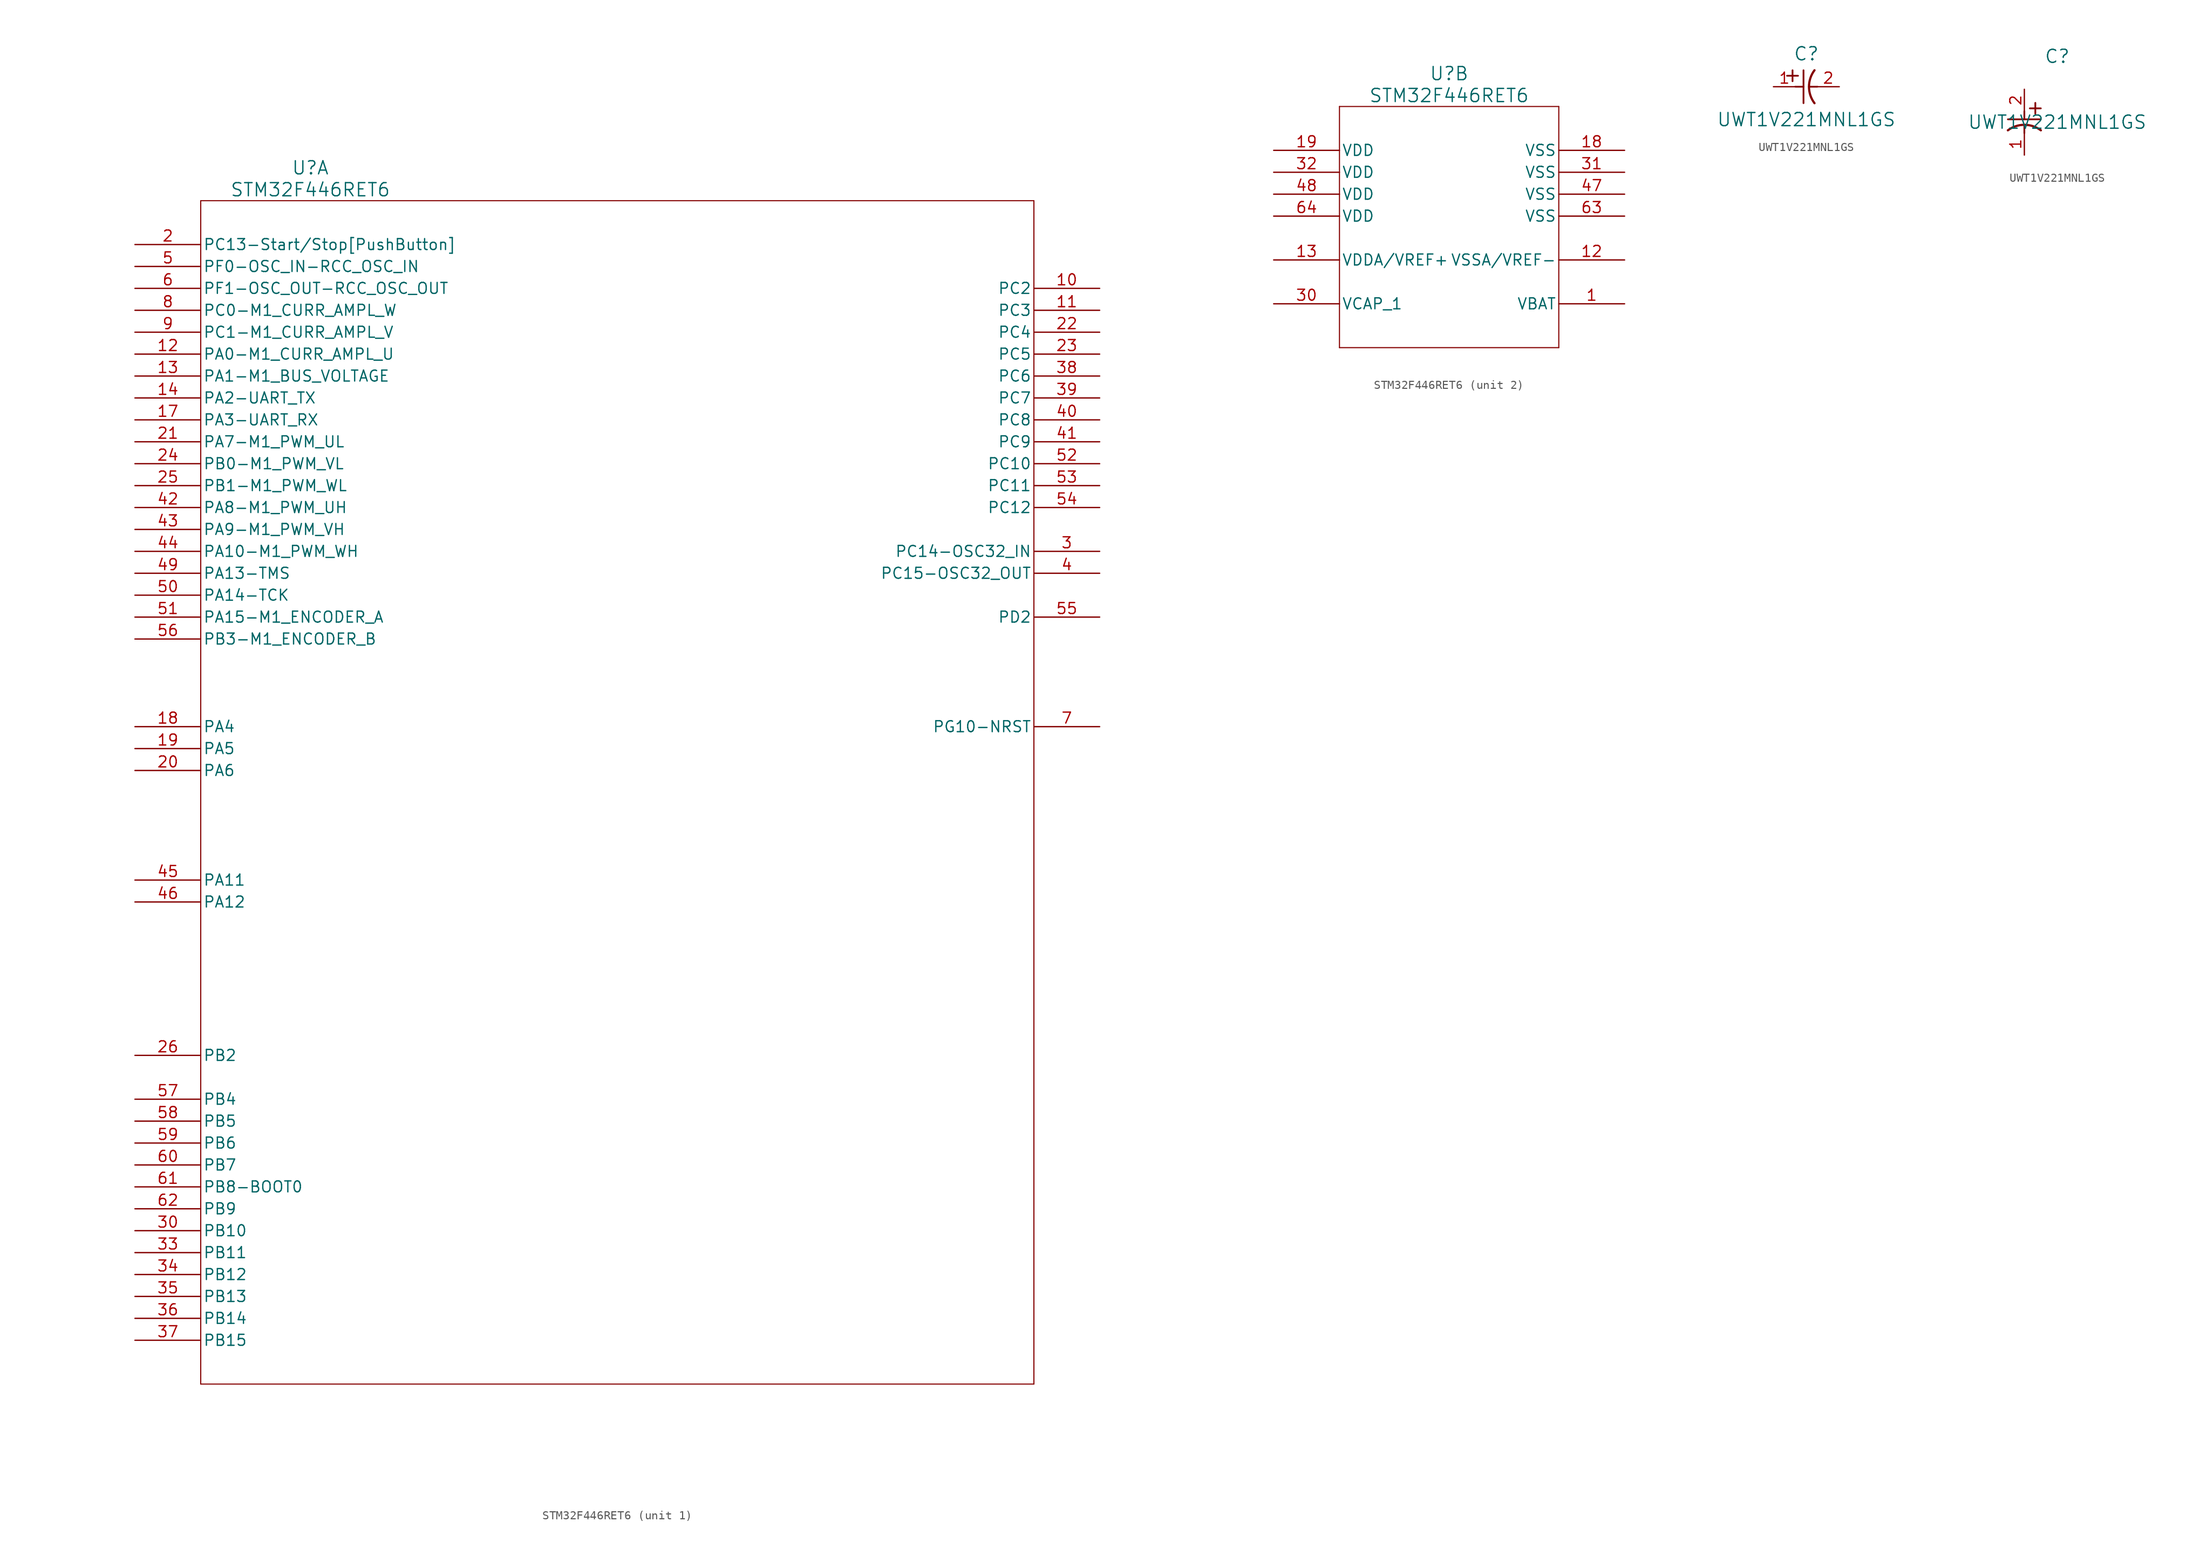
<source format=kicad_sym>
(kicad_symbol_lib
  (version 20220914)
  (generator kicad_symbol_editor)
  (symbol "STM32F446RET6"
    (pin_names
      (offset 0.254))
    (property "Reference" "U"
      (at 12.7 3.81 0)
      (effects (font (size 1.524 1.524))))
    (property "Value" "STM32F446RET6"
      (at 12.7 1.27 0)
      (effects (font (size 1.524 1.524))))
    (property "ki_locked" ""
      (at 0 0 0)
      (effects (font (size 1.27 1.27))))
    (symbol "STM32F446RET6_1_1"
      (polyline (pts (xy 0 -137.16) (xy 96.52 -137.16)) (stroke (width 0.127) (type default)) (fill (type none)))
      (polyline (pts (xy 0 0) (xy 0 -137.16)) (stroke (width 0.127) (type default)) (fill (type none)))
      (polyline (pts (xy 96.52 -137.16) (xy 96.52 0)) (stroke (width 0.127) (type default)) (fill (type none)))
      (polyline (pts (xy 96.52 0) (xy 0 0)) (stroke (width 0.127) (type default)) (fill (type none)))
      (pin bidirectional line (at 104.14 -10.16 180) (length 7.62) (name "PC2" (effects (font (size 1.27 1.27)))) (number "10" (effects (font (size 1.27 1.27)))))
      (pin bidirectional line (at 104.14 -12.7 180) (length 7.62) (name "PC3" (effects (font (size 1.27 1.27)))) (number "11" (effects (font (size 1.27 1.27)))))
      (pin unspecified line (at -7.62 -17.78 0) (length 7.62) (name "PA0-M1_CURR_AMPL_U" (effects (font (size 1.27 1.27)))) (number "12" (effects (font (size 1.27 1.27)))))
      (pin unspecified line (at -7.62 -20.32 0) (length 7.62) (name "PA1-M1_BUS_VOLTAGE" (effects (font (size 1.27 1.27)))) (number "13" (effects (font (size 1.27 1.27)))))
      (pin unspecified line (at -7.62 -22.86 0) (length 7.62) (name "PA2-UART_TX" (effects (font (size 1.27 1.27)))) (number "14" (effects (font (size 1.27 1.27)))))
      (pin unspecified line (at -7.62 -25.4 0) (length 7.62) (name "PA3-UART_RX" (effects (font (size 1.27 1.27)))) (number "17" (effects (font (size 1.27 1.27)))))
      (pin bidirectional line (at -7.62 -60.96 0) (length 7.62) (name "PA4" (effects (font (size 1.27 1.27)))) (number "18" (effects (font (size 1.27 1.27)))))
      (pin bidirectional line (at -7.62 -63.5 0) (length 7.62) (name "PA5" (effects (font (size 1.27 1.27)))) (number "19" (effects (font (size 1.27 1.27)))))
      (pin unspecified line (at -7.62 -5.08 0) (length 7.62) (name "PC13-Start/Stop[PushButton]" (effects (font (size 1.27 1.27)))) (number "2" (effects (font (size 1.27 1.27)))))
      (pin bidirectional line (at -7.62 -66.04 0) (length 7.62) (name "PA6" (effects (font (size 1.27 1.27)))) (number "20" (effects (font (size 1.27 1.27)))))
      (pin unspecified line (at -7.62 -27.94 0) (length 7.62) (name "PA7-M1_PWM_UL" (effects (font (size 1.27 1.27)))) (number "21" (effects (font (size 1.27 1.27)))))
      (pin bidirectional line (at 104.14 -15.24 180) (length 7.62) (name "PC4" (effects (font (size 1.27 1.27)))) (number "22" (effects (font (size 1.27 1.27)))))
      (pin bidirectional line (at 104.14 -17.78 180) (length 7.62) (name "PC5" (effects (font (size 1.27 1.27)))) (number "23" (effects (font (size 1.27 1.27)))))
      (pin unspecified line (at -7.62 -30.48 0) (length 7.62) (name "PB0-M1_PWM_VL" (effects (font (size 1.27 1.27)))) (number "24" (effects (font (size 1.27 1.27)))))
      (pin unspecified line (at -7.62 -33.02 0) (length 7.62) (name "PB1-M1_PWM_WL" (effects (font (size 1.27 1.27)))) (number "25" (effects (font (size 1.27 1.27)))))
      (pin bidirectional line (at -7.62 -99.06 0) (length 7.62) (name "PB2" (effects (font (size 1.27 1.27)))) (number "26" (effects (font (size 1.27 1.27)))))
      (pin bidirectional line (at 104.14 -40.64 180) (length 7.62) (name "PC14-OSC32_IN" (effects (font (size 1.27 1.27)))) (number "3" (effects (font (size 1.27 1.27)))))
      (pin bidirectional line (at -7.62 -119.38 0) (length 7.62) (name "PB10" (effects (font (size 1.27 1.27)))) (number "30" (effects (font (size 1.27 1.27)))))
      (pin bidirectional line (at -7.62 -121.92 0) (length 7.62) (name "PB11" (effects (font (size 1.27 1.27)))) (number "33" (effects (font (size 1.27 1.27)))))
      (pin bidirectional line (at -7.62 -124.46 0) (length 7.62) (name "PB12" (effects (font (size 1.27 1.27)))) (number "34" (effects (font (size 1.27 1.27)))))
      (pin bidirectional line (at -7.62 -127 0) (length 7.62) (name "PB13" (effects (font (size 1.27 1.27)))) (number "35" (effects (font (size 1.27 1.27)))))
      (pin bidirectional line (at -7.62 -129.54 0) (length 7.62) (name "PB14" (effects (font (size 1.27 1.27)))) (number "36" (effects (font (size 1.27 1.27)))))
      (pin bidirectional line (at -7.62 -132.08 0) (length 7.62) (name "PB15" (effects (font (size 1.27 1.27)))) (number "37" (effects (font (size 1.27 1.27)))))
      (pin bidirectional line (at 104.14 -20.32 180) (length 7.62) (name "PC6" (effects (font (size 1.27 1.27)))) (number "38" (effects (font (size 1.27 1.27)))))
      (pin bidirectional line (at 104.14 -22.86 180) (length 7.62) (name "PC7" (effects (font (size 1.27 1.27)))) (number "39" (effects (font (size 1.27 1.27)))))
      (pin bidirectional line (at 104.14 -43.18 180) (length 7.62) (name "PC15-OSC32_OUT" (effects (font (size 1.27 1.27)))) (number "4" (effects (font (size 1.27 1.27)))))
      (pin bidirectional line (at 104.14 -25.4 180) (length 7.62) (name "PC8" (effects (font (size 1.27 1.27)))) (number "40" (effects (font (size 1.27 1.27)))))
      (pin bidirectional line (at 104.14 -27.94 180) (length 7.62) (name "PC9" (effects (font (size 1.27 1.27)))) (number "41" (effects (font (size 1.27 1.27)))))
      (pin unspecified line (at -7.62 -35.56 0) (length 7.62) (name "PA8-M1_PWM_UH" (effects (font (size 1.27 1.27)))) (number "42" (effects (font (size 1.27 1.27)))))
      (pin unspecified line (at -7.62 -38.1 0) (length 7.62) (name "PA9-M1_PWM_VH" (effects (font (size 1.27 1.27)))) (number "43" (effects (font (size 1.27 1.27)))))
      (pin unspecified line (at -7.62 -40.64 0) (length 7.62) (name "PA10-M1_PWM_WH" (effects (font (size 1.27 1.27)))) (number "44" (effects (font (size 1.27 1.27)))))
      (pin bidirectional line (at -7.62 -78.74 0) (length 7.62) (name "PA11" (effects (font (size 1.27 1.27)))) (number "45" (effects (font (size 1.27 1.27)))))
      (pin bidirectional line (at -7.62 -81.28 0) (length 7.62) (name "PA12" (effects (font (size 1.27 1.27)))) (number "46" (effects (font (size 1.27 1.27)))))
      (pin unspecified line (at -7.62 -43.18 0) (length 7.62) (name "PA13-TMS" (effects (font (size 1.27 1.27)))) (number "49" (effects (font (size 1.27 1.27)))))
      (pin unspecified line (at -7.62 -7.62 0) (length 7.62) (name "PF0-OSC_IN-RCC_OSC_IN" (effects (font (size 1.27 1.27)))) (number "5" (effects (font (size 1.27 1.27)))))
      (pin unspecified line (at -7.62 -45.72 0) (length 7.62) (name "PA14-TCK" (effects (font (size 1.27 1.27)))) (number "50" (effects (font (size 1.27 1.27)))))
      (pin unspecified line (at -7.62 -48.26 0) (length 7.62) (name "PA15-M1_ENCODER_A" (effects (font (size 1.27 1.27)))) (number "51" (effects (font (size 1.27 1.27)))))
      (pin bidirectional line (at 104.14 -30.48 180) (length 7.62) (name "PC10" (effects (font (size 1.27 1.27)))) (number "52" (effects (font (size 1.27 1.27)))))
      (pin bidirectional line (at 104.14 -33.02 180) (length 7.62) (name "PC11" (effects (font (size 1.27 1.27)))) (number "53" (effects (font (size 1.27 1.27)))))
      (pin bidirectional line (at 104.14 -35.56 180) (length 7.62) (name "PC12" (effects (font (size 1.27 1.27)))) (number "54" (effects (font (size 1.27 1.27)))))
      (pin bidirectional line (at 104.14 -48.26 180) (length 7.62) (name "PD2" (effects (font (size 1.27 1.27)))) (number "55" (effects (font (size 1.27 1.27)))))
      (pin unspecified line (at -7.62 -50.8 0) (length 7.62) (name "PB3-M1_ENCODER_B" (effects (font (size 1.27 1.27)))) (number "56" (effects (font (size 1.27 1.27)))))
      (pin bidirectional line (at -7.62 -104.14 0) (length 7.62) (name "PB4" (effects (font (size 1.27 1.27)))) (number "57" (effects (font (size 1.27 1.27)))))
      (pin bidirectional line (at -7.62 -106.68 0) (length 7.62) (name "PB5" (effects (font (size 1.27 1.27)))) (number "58" (effects (font (size 1.27 1.27)))))
      (pin bidirectional line (at -7.62 -109.22 0) (length 7.62) (name "PB6" (effects (font (size 1.27 1.27)))) (number "59" (effects (font (size 1.27 1.27)))))
      (pin unspecified line (at -7.62 -10.16 0) (length 7.62) (name "PF1-OSC_OUT-RCC_OSC_OUT" (effects (font (size 1.27 1.27)))) (number "6" (effects (font (size 1.27 1.27)))))
      (pin bidirectional line (at -7.62 -111.76 0) (length 7.62) (name "PB7" (effects (font (size 1.27 1.27)))) (number "60" (effects (font (size 1.27 1.27)))))
      (pin bidirectional line (at -7.62 -114.3 0) (length 7.62) (name "PB8-BOOT0" (effects (font (size 1.27 1.27)))) (number "61" (effects (font (size 1.27 1.27)))))
      (pin bidirectional line (at -7.62 -116.84 0) (length 7.62) (name "PB9" (effects (font (size 1.27 1.27)))) (number "62" (effects (font (size 1.27 1.27)))))
      (pin bidirectional line (at 104.14 -60.96 180) (length 7.62) (name "PG10-NRST" (effects (font (size 1.27 1.27)))) (number "7" (effects (font (size 1.27 1.27)))))
      (pin unspecified line (at -7.62 -12.7 0) (length 7.62) (name "PC0-M1_CURR_AMPL_W" (effects (font (size 1.27 1.27)))) (number "8" (effects (font (size 1.27 1.27)))))
      (pin unspecified line (at -7.62 -15.24 0) (length 7.62) (name "PC1-M1_CURR_AMPL_V" (effects (font (size 1.27 1.27)))) (number "9" (effects (font (size 1.27 1.27))))))
    (symbol "STM32F446RET6_2_1"
      (polyline (pts (xy 0 -27.94) (xy 25.4 -27.94)) (stroke (width 0.127) (type default)) (fill (type none)))
      (polyline (pts (xy 0 0) (xy 0 -27.94)) (stroke (width 0.127) (type default)) (fill (type none)))
      (polyline (pts (xy 25.4 -27.94) (xy 25.4 0)) (stroke (width 0.127) (type default)) (fill (type none)))
      (polyline (pts (xy 25.4 0) (xy 0 0)) (stroke (width 0.127) (type default)) (fill (type none)))
      (pin power_in line (at 33.02 -22.86 180) (length 7.62) (name "VBAT" (effects (font (size 1.27 1.27)))) (number "1" (effects (font (size 1.27 1.27)))))
      (pin power_in line (at 33.02 -17.78 180) (length 7.62) (name "VSSA/VREF-" (effects (font (size 1.27 1.27)))) (number "12" (effects (font (size 1.27 1.27)))))
      (pin power_in line (at -7.62 -17.78 0) (length 7.62) (name "VDDA/VREF+" (effects (font (size 1.27 1.27)))) (number "13" (effects (font (size 1.27 1.27)))))
      (pin power_in line (at 33.02 -5.08 180) (length 7.62) (name "VSS" (effects (font (size 1.27 1.27)))) (number "18" (effects (font (size 1.27 1.27)))))
      (pin power_in line (at -7.62 -5.08 0) (length 7.62) (name "VDD" (effects (font (size 1.27 1.27)))) (number "19" (effects (font (size 1.27 1.27)))))
      (pin power_in line (at -7.62 -22.86 0) (length 7.62) (name "VCAP_1" (effects (font (size 1.27 1.27)))) (number "30" (effects (font (size 1.27 1.27)))))
      (pin power_in line (at 33.02 -7.62 180) (length 7.62) (name "VSS" (effects (font (size 1.27 1.27)))) (number "31" (effects (font (size 1.27 1.27)))))
      (pin power_in line (at -7.62 -7.62 0) (length 7.62) (name "VDD" (effects (font (size 1.27 1.27)))) (number "32" (effects (font (size 1.27 1.27)))))
      (pin power_in line (at 33.02 -10.16 180) (length 7.62) (name "VSS" (effects (font (size 1.27 1.27)))) (number "47" (effects (font (size 1.27 1.27)))))
      (pin power_in line (at -7.62 -10.16 0) (length 7.62) (name "VDD" (effects (font (size 1.27 1.27)))) (number "48" (effects (font (size 1.27 1.27)))))
      (pin power_in line (at 33.02 -12.7 180) (length 7.62) (name "VSS" (effects (font (size 1.27 1.27)))) (number "63" (effects (font (size 1.27 1.27)))))
      (pin power_in line (at -7.62 -12.7 0) (length 7.62) (name "VDD" (effects (font (size 1.27 1.27)))) (number "64" (effects (font (size 1.27 1.27)))))))
  (symbol "UWT1V221MNL1GS"
    (pin_names
      (offset 0.254))
    (property "Reference" "C"
      (at 3.81 3.81 0)
      (effects (font (size 1.524 1.524))))
    (property "Value" "UWT1V221MNL1GS"
      (at 3.81 -3.81 0)
      (effects (font (size 1.524 1.524))))
    (symbol "UWT1V221MNL1GS_1_1"
      (polyline (pts (xy 1.575 1.27) (xy 2.845 1.27)) (stroke (width 0.203) (type default)) (fill (type none)))
      (polyline (pts (xy 2.21 0.635) (xy 2.21 1.905)) (stroke (width 0.203) (type default)) (fill (type none)))
      (polyline (pts (xy 2.54 0) (xy 3.48 0)) (stroke (width 0.203) (type default)) (fill (type none)))
      (polyline (pts (xy 3.48 -1.905) (xy 3.48 1.905)) (stroke (width 0.203) (type default)) (fill (type none)))
      (polyline (pts (xy 4.115 0) (xy 5.08 0)) (stroke (width 0.203) (type default)) (fill (type none)))
      (arc (start 4.7541 1.9108) (mid 4.1148 0) (end 4.7541 -1.9108) (stroke (width 0.254) (type default)) (fill (type none)))
      (pin unspecified line (at 0 0 0) (length 2.54) (name "" (effects (font (size 1.27 1.27)))) (number "1" (effects (font (size 1.27 1.27)))))
      (pin unspecified line (at 7.62 0 180) (length 2.54) (name "" (effects (font (size 1.27 1.27)))) (number "2" (effects (font (size 1.27 1.27))))))
    (symbol "UWT1V221MNL1GS_1_2"
      (polyline (pts (xy -1.905 -3.48) (xy 1.905 -3.48)) (stroke (width 0.203) (type default)) (fill (type none)))
      (polyline (pts (xy 0 -4.115) (xy 0 -5.08)) (stroke (width 0.203) (type default)) (fill (type none)))
      (polyline (pts (xy 0 -2.54) (xy 0 -3.48)) (stroke (width 0.203) (type default)) (fill (type none)))
      (polyline (pts (xy 0.635 -2.21) (xy 1.905 -2.21)) (stroke (width 0.203) (type default)) (fill (type none)))
      (polyline (pts (xy 1.27 -1.575) (xy 1.27 -2.845)) (stroke (width 0.203) (type default)) (fill (type none)))
      (arc (start 1.9108 -4.7541) (mid 0 -4.1148) (end -1.9108 -4.7541) (stroke (width 0.254) (type default)) (fill (type none)))
      (pin unspecified line (at 0 -7.62 90) (length 2.54) (name "" (effects (font (size 1.27 1.27)))) (number "1" (effects (font (size 1.27 1.27)))))
      (pin unspecified line (at 0 0 270) (length 2.54) (name "" (effects (font (size 1.27 1.27)))) (number "2" (effects (font (size 1.27 1.27))))))))
</source>
